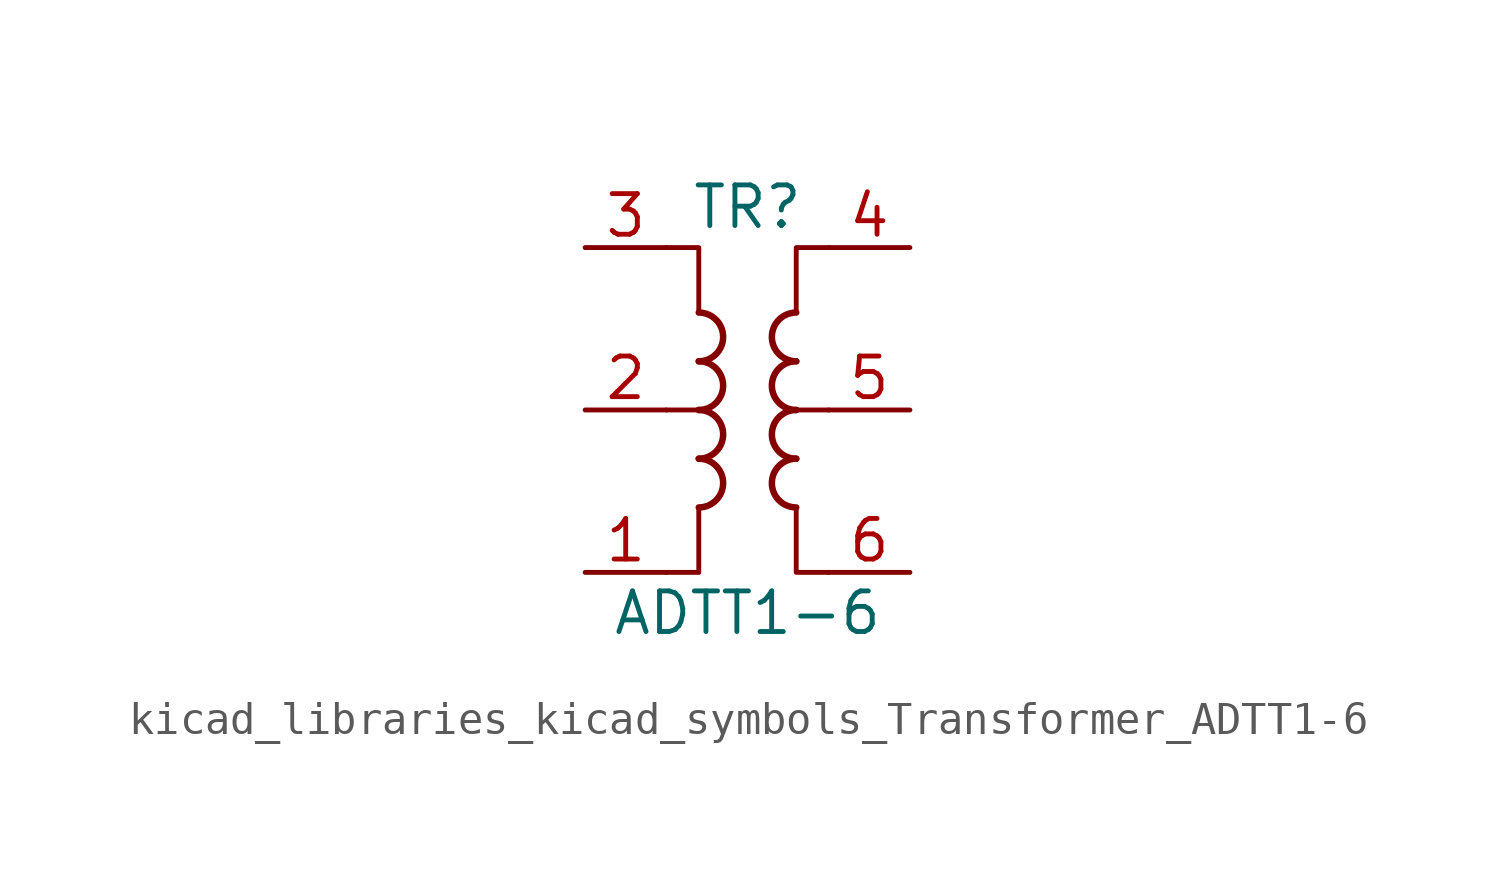
<source format=kicad_sym>
(kicad_symbol_lib
  (version 20220914)
  (generator kicad_symbol_editor)
  (symbol "kicad_libraries_kicad_symbols_Transformer_ADTT1-6"
    (pin_names hide)
    (property "Reference" "TR"
      (at 0 6.35 0)
      (effects (font (size 1.27 1.27))))
    (property "Value" "ADTT1-6"
      (at 0 -6.35 0)
      (effects (font (size 1.27 1.27))))
    (symbol "kicad_libraries_kicad_symbols_Transformer_ADTT1-6_0_1"
      (arc (start -1.524 -3.048) (mid -0.7653 -2.286) (end -1.524 -1.524) (stroke (width 0.2032) (type default)) (fill (type none)))
      (arc (start -1.524 -1.524) (mid -0.7653 -0.762) (end -1.524 0) (stroke (width 0.2032) (type default)) (fill (type none)))
      (arc (start -1.524 0) (mid -0.7653 0.762) (end -1.524 1.524) (stroke (width 0.2032) (type default)) (fill (type none)))
      (arc (start -1.524 1.524) (mid -0.7653 2.286) (end -1.524 3.048) (stroke (width 0.2032) (type default)) (fill (type none)))
      (polyline (pts (xy -2.54 0) (xy -1.27 0)) (stroke (width 0) (type default)) (fill (type none)))
      (polyline (pts (xy 2.54 0) (xy 1.27 0)) (stroke (width 0.152) (type default)) (fill (type none)))
      (polyline (pts (xy -2.54 5.08) (xy -1.524 5.08) (xy -1.524 3.048)) (stroke (width 0.152) (type default)) (fill (type none)))
      (polyline (pts (xy -1.524 -3.048) (xy -1.524 -5.08) (xy -2.54 -5.08)) (stroke (width 0.152) (type default)) (fill (type none)))
      (polyline (pts (xy 1.524 3.048) (xy 1.524 5.08) (xy 2.54 5.08)) (stroke (width 0.152) (type default)) (fill (type none)))
      (polyline (pts (xy 2.54 -5.08) (xy 1.524 -5.08) (xy 1.524 -3.048)) (stroke (width 0.152) (type default)) (fill (type none)))
      (arc (start 1.524 -1.524) (mid 0.7653 -2.286) (end 1.524 -3.048) (stroke (width 0.2032) (type default)) (fill (type none)))
      (arc (start 1.524 0) (mid 0.7653 -0.762) (end 1.524 -1.524) (stroke (width 0.2032) (type default)) (fill (type none)))
      (arc (start 1.524 1.524) (mid 0.7653 0.762) (end 1.524 0) (stroke (width 0.2032) (type default)) (fill (type none)))
      (arc (start 1.524 3.048) (mid 0.7653 2.286) (end 1.524 1.524) (stroke (width 0.2032) (type default)) (fill (type none))))
    (symbol "kicad_libraries_kicad_symbols_Transformer_ADTT1-6_1_1"
      (pin passive line (at -5.08 -5.08 0) (length 2.54) (name "~" (effects (font (size 1.27 1.27)))) (number "1" (effects (font (size 1.27 1.27)))))
      (pin passive line (at -5.08 0 0) (length 2.54) (name "~" (effects (font (size 1.27 1.27)))) (number "2" (effects (font (size 1.27 1.27)))))
      (pin passive line (at -5.08 5.08 0) (length 2.54) (name "~" (effects (font (size 1.27 1.27)))) (number "3" (effects (font (size 1.27 1.27)))))
      (pin passive line (at 5.08 5.08 180) (length 2.54) (name "~" (effects (font (size 1.27 1.27)))) (number "4" (effects (font (size 1.27 1.27)))))
      (pin passive line (at 5.08 0 180) (length 2.54) (name "~" (effects (font (size 1.27 1.27)))) (number "5" (effects (font (size 1.27 1.27)))))
      (pin passive line (at 5.08 -5.08 180) (length 2.54) (name "~" (effects (font (size 1.27 1.27)))) (number "6" (effects (font (size 1.27 1.27))))))))
</source>
